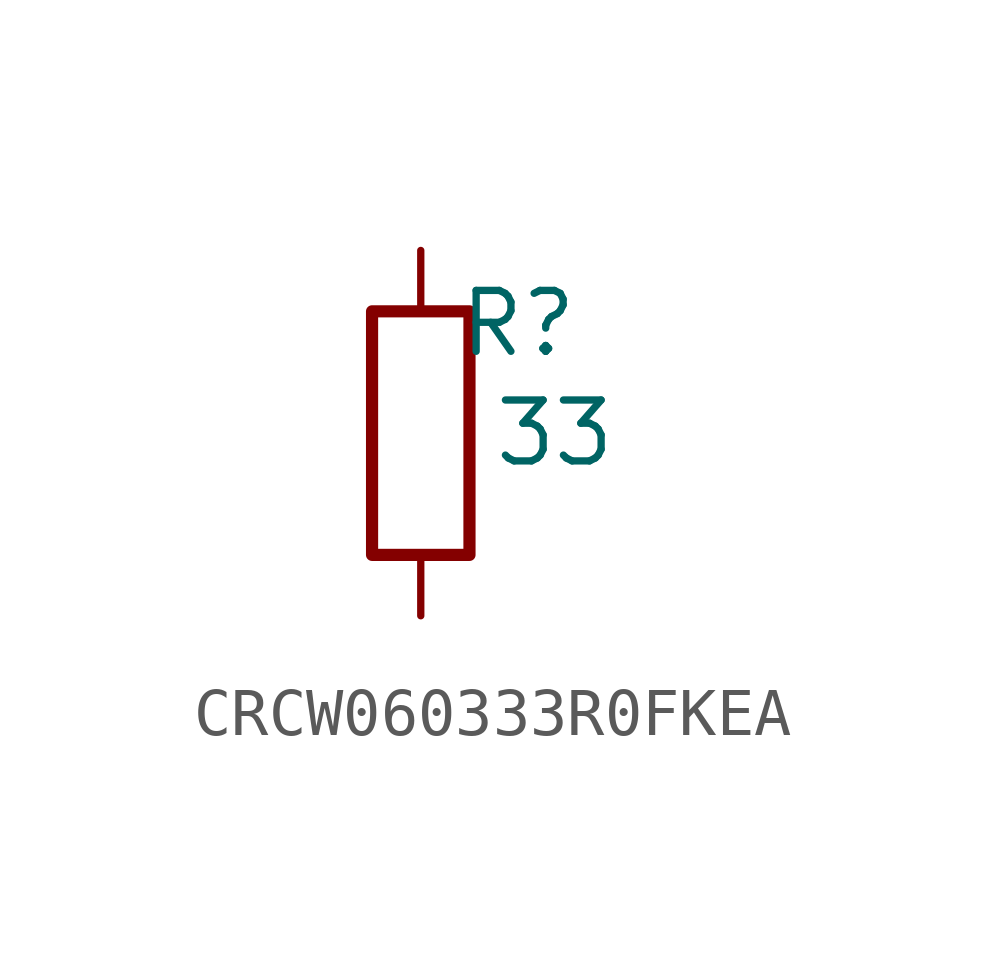
<source format=kicad_sym>
(kicad_symbol_lib
  (version 20241209)
  (generator "kicad_symbol_editor")
  (generator_version "9.0")
  (symbol "CRCW060333R0FKEA"
    (pin_numbers
      (hide yes))
    (pin_names
      (hide yes))
    (property "Reference" "R"
      (at 2.032 2.286 0)
      (effects (font (size 1.27 1.27))))
    (property "Value" "33"
      (at 2.794 0 0)
      (effects (font (size 1.27 1.27))))
    (symbol "CRCW060333R0FKEA_0_1"
      (rectangle (start -1.016 -2.54) (end 1.016 2.54) (stroke (width 0.254) (type default)) (fill (type none))))
    (symbol "CRCW060333R0FKEA_1_1"
      (pin passive line (at 0 3.81 270) (length 1.27) (name "~" (effects (font (size 1.27 1.27)))) (number "1" (effects (font (size 1.27 1.27)))))
      (pin passive line (at 0 -3.81 90) (length 1.27) (name "~" (effects (font (size 1.27 1.27)))) (number "2" (effects (font (size 1.27 1.27))))))))
</source>
